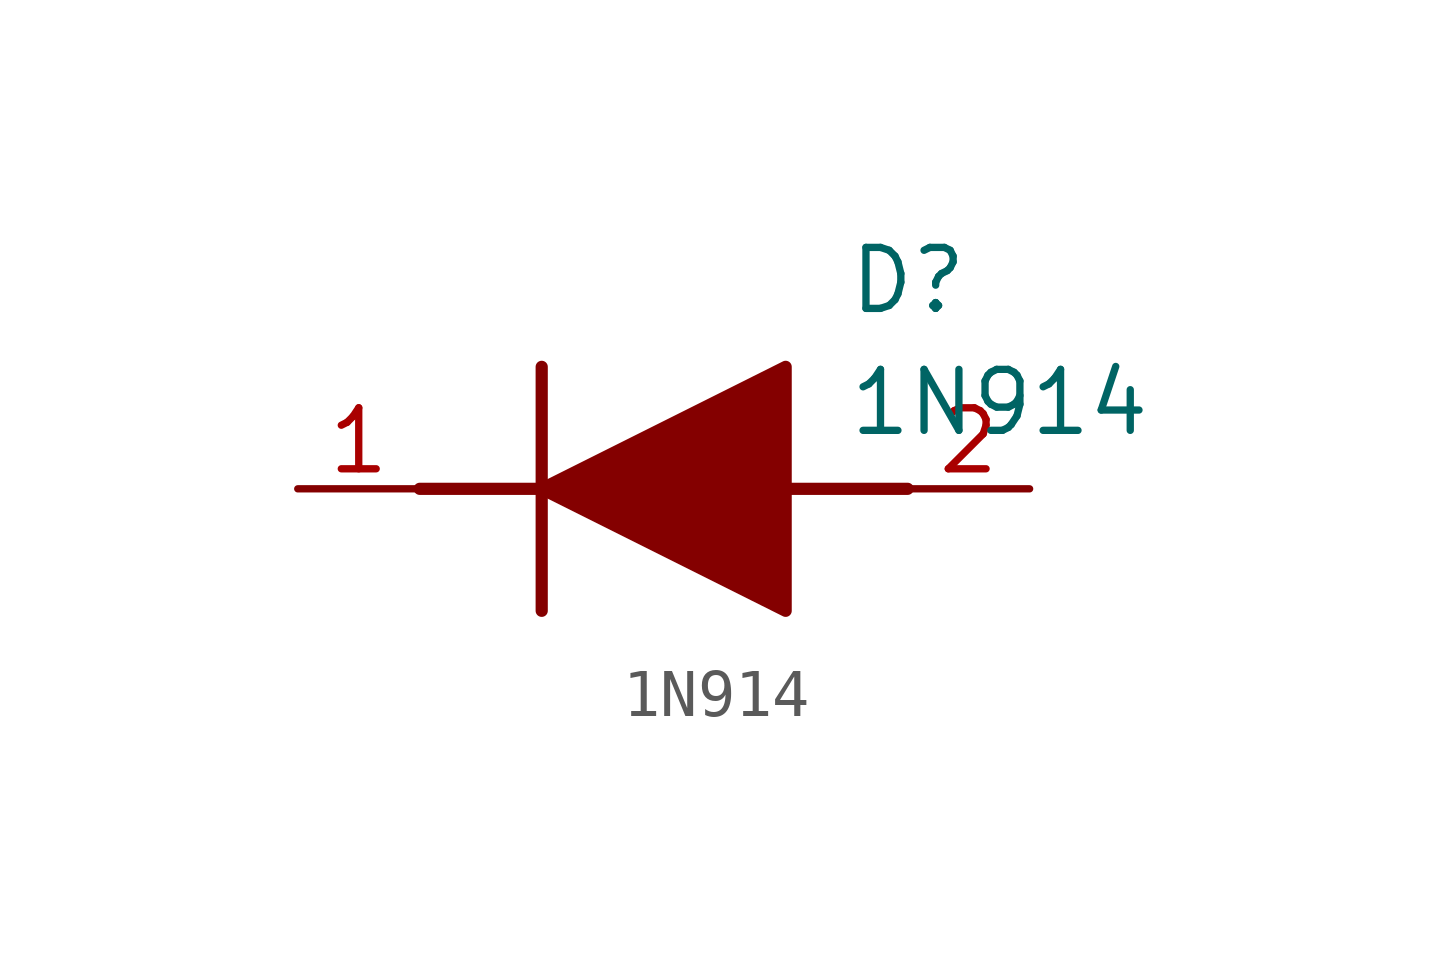
<source format=kicad_sym>
(kicad_symbol_lib
  (version 20211014)
  (generator SamacSys_ECAD_Model)
  (symbol "1N914"
    (pin_names hide)
    (property "Reference" "D"
      (at 11.43 5.08 0)
      (effects (font (size 1.27 1.27)) (justify left top)))
    (property "Value" "1N914"
      (at 11.43 2.54 0)
      (effects (font (size 1.27 1.27)) (justify left top)))
    (polyline
      (pts (xy 5.08 2.54) (xy 5.08 -2.54))
      (stroke (width 0.254) (type default))
      (fill (type none)))
    (polyline
      (pts (xy 2.54 0) (xy 5.08 0))
      (stroke (width 0.254) (type default))
      (fill (type none)))
    (polyline
      (pts (xy 10.16 0) (xy 12.7 0))
      (stroke (width 0.254) (type default))
      (fill (type none)))
    (polyline
      (pts (xy 5.08 0) (xy 10.16 2.54) (xy 10.16 -2.54) (xy 5.08 0))
      (stroke (width 0.254) (type default))
      (fill (type outline)))
    (pin passive line
      (at 0 0 0)
      (length 2.54)
      (name "K" (effects (font (size 1.27 1.27))))
      (number "1" (effects (font (size 1.27 1.27)))))
    (pin passive line
      (at 15.24 0 180)
      (length 2.54)
      (name "A" (effects (font (size 1.27 1.27))))
      (number "2" (effects (font (size 1.27 1.27)))))))
</source>
